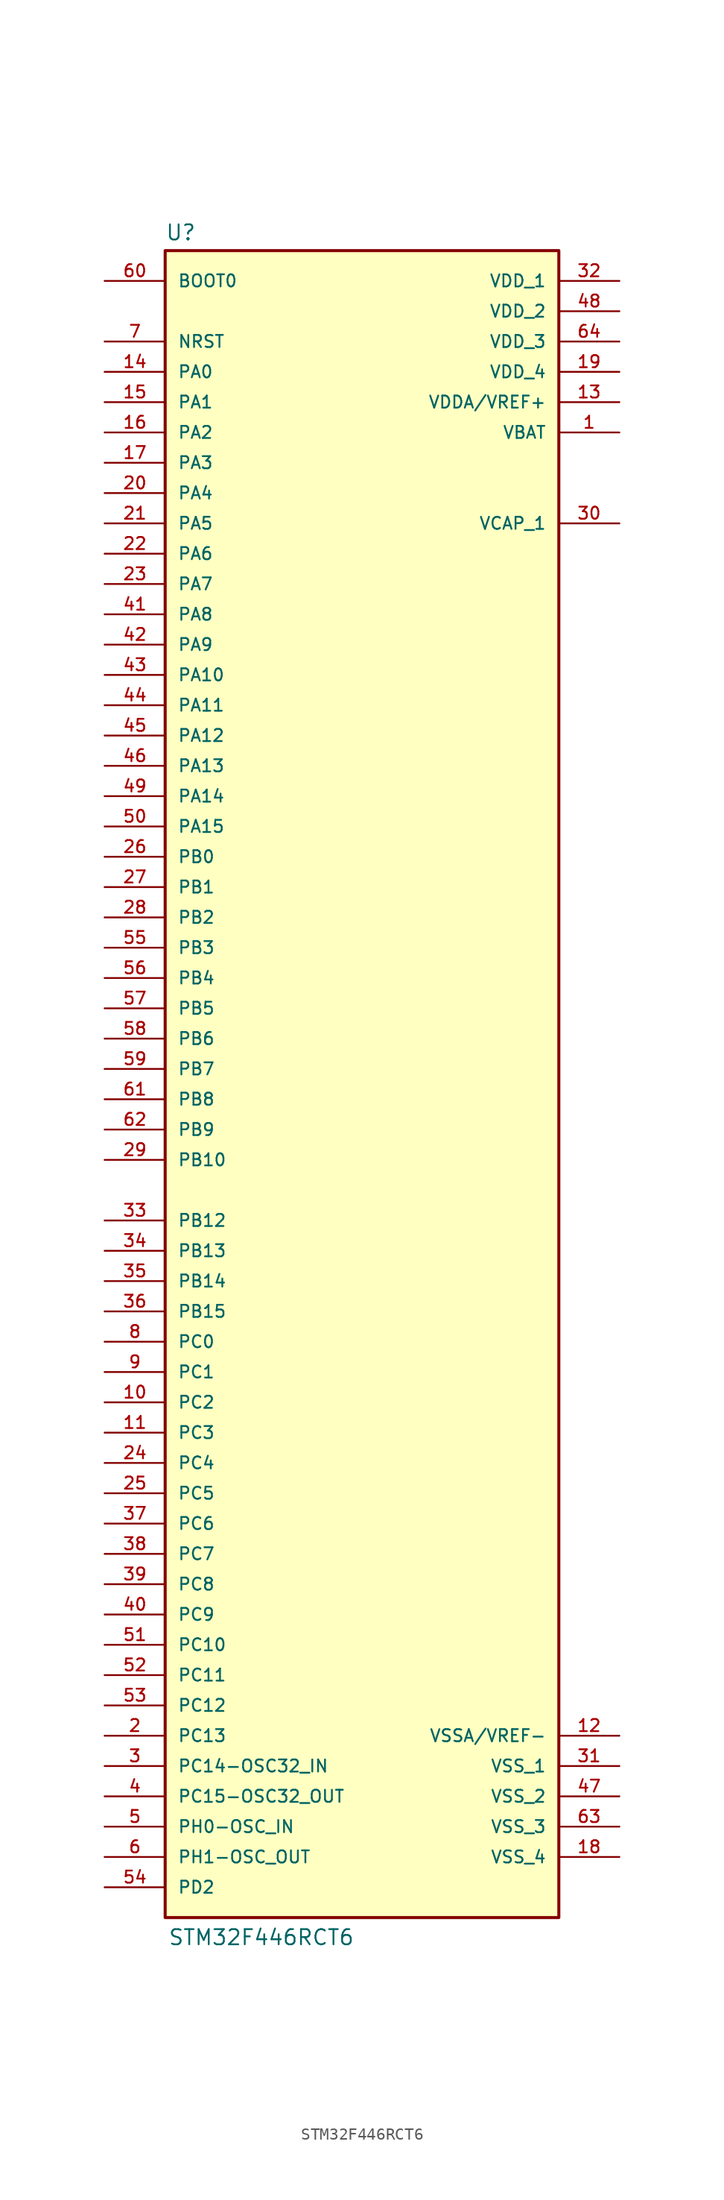
<source format=kicad_sym>
(kicad_symbol_lib
  (version 20211014)
  (generator kicad_symbol_editor)
  (symbol "STM32F446RCT6"
    (pin_names
      (offset 1.016))
    (property "Reference" "U"
      (at -17.782 66.809 0)
      (effects (font (size 1.27 1.27)) (justify bottom left)))
    (property "Value" "STM32F446RCT6"
      (at -17.553 -76.062 0)
      (effects (font (size 1.27 1.27)) (justify bottom left)))
    (symbol "STM32F446RCT6_0_0"
      (rectangle (start -17.78 -73.66) (end 15.24 66.04) (stroke (width 0.254)) (fill (type background)))
      (pin bidirectional line (at -22.86 55.88 0) (length 5.08) (name "PA0" (effects (font (size 1.016 1.016)))) (number "14" (effects (font (size 1.016 1.016)))))
      (pin bidirectional line (at -22.86 53.34 0) (length 5.08) (name "PA1" (effects (font (size 1.016 1.016)))) (number "15" (effects (font (size 1.016 1.016)))))
      (pin bidirectional line (at -22.86 50.8 0) (length 5.08) (name "PA2" (effects (font (size 1.016 1.016)))) (number "16" (effects (font (size 1.016 1.016)))))
      (pin bidirectional line (at -22.86 48.26 0) (length 5.08) (name "PA3" (effects (font (size 1.016 1.016)))) (number "17" (effects (font (size 1.016 1.016)))))
      (pin bidirectional line (at -22.86 45.72 0) (length 5.08) (name "PA4" (effects (font (size 1.016 1.016)))) (number "20" (effects (font (size 1.016 1.016)))))
      (pin bidirectional line (at -22.86 43.18 0) (length 5.08) (name "PA5" (effects (font (size 1.016 1.016)))) (number "21" (effects (font (size 1.016 1.016)))))
      (pin bidirectional line (at -22.86 40.64 0) (length 5.08) (name "PA6" (effects (font (size 1.016 1.016)))) (number "22" (effects (font (size 1.016 1.016)))))
      (pin bidirectional line (at -22.86 38.1 0) (length 5.08) (name "PA7" (effects (font (size 1.016 1.016)))) (number "23" (effects (font (size 1.016 1.016)))))
      (pin bidirectional line (at -22.86 35.56 0) (length 5.08) (name "PA8" (effects (font (size 1.016 1.016)))) (number "41" (effects (font (size 1.016 1.016)))))
      (pin bidirectional line (at -22.86 33.02 0) (length 5.08) (name "PA9" (effects (font (size 1.016 1.016)))) (number "42" (effects (font (size 1.016 1.016)))))
      (pin bidirectional line (at -22.86 30.48 0) (length 5.08) (name "PA10" (effects (font (size 1.016 1.016)))) (number "43" (effects (font (size 1.016 1.016)))))
      (pin bidirectional line (at -22.86 27.94 0) (length 5.08) (name "PA11" (effects (font (size 1.016 1.016)))) (number "44" (effects (font (size 1.016 1.016)))))
      (pin bidirectional line (at -22.86 25.4 0) (length 5.08) (name "PA12" (effects (font (size 1.016 1.016)))) (number "45" (effects (font (size 1.016 1.016)))))
      (pin bidirectional line (at -22.86 22.86 0) (length 5.08) (name "PA13" (effects (font (size 1.016 1.016)))) (number "46" (effects (font (size 1.016 1.016)))))
      (pin bidirectional line (at -22.86 20.32 0) (length 5.08) (name "PA14" (effects (font (size 1.016 1.016)))) (number "49" (effects (font (size 1.016 1.016)))))
      (pin bidirectional line (at -22.86 17.78 0) (length 5.08) (name "PA15" (effects (font (size 1.016 1.016)))) (number "50" (effects (font (size 1.016 1.016)))))
      (pin bidirectional line (at -22.86 15.24 0) (length 5.08) (name "PB0" (effects (font (size 1.016 1.016)))) (number "26" (effects (font (size 1.016 1.016)))))
      (pin bidirectional line (at -22.86 12.7 0) (length 5.08) (name "PB1" (effects (font (size 1.016 1.016)))) (number "27" (effects (font (size 1.016 1.016)))))
      (pin bidirectional line (at -22.86 10.16 0) (length 5.08) (name "PB2" (effects (font (size 1.016 1.016)))) (number "28" (effects (font (size 1.016 1.016)))))
      (pin bidirectional line (at -22.86 7.62 0) (length 5.08) (name "PB3" (effects (font (size 1.016 1.016)))) (number "55" (effects (font (size 1.016 1.016)))))
      (pin bidirectional line (at -22.86 5.08 0) (length 5.08) (name "PB4" (effects (font (size 1.016 1.016)))) (number "56" (effects (font (size 1.016 1.016)))))
      (pin bidirectional line (at -22.86 2.54 0) (length 5.08) (name "PB5" (effects (font (size 1.016 1.016)))) (number "57" (effects (font (size 1.016 1.016)))))
      (pin bidirectional line (at -22.86 0.0 0) (length 5.08) (name "PB6" (effects (font (size 1.016 1.016)))) (number "58" (effects (font (size 1.016 1.016)))))
      (pin bidirectional line (at -22.86 -2.54 0) (length 5.08) (name "PB7" (effects (font (size 1.016 1.016)))) (number "59" (effects (font (size 1.016 1.016)))))
      (pin bidirectional line (at -22.86 -5.08 0) (length 5.08) (name "PB8" (effects (font (size 1.016 1.016)))) (number "61" (effects (font (size 1.016 1.016)))))
      (pin bidirectional line (at -22.86 -7.62 0) (length 5.08) (name "PB9" (effects (font (size 1.016 1.016)))) (number "62" (effects (font (size 1.016 1.016)))))
      (pin bidirectional line (at -22.86 -10.16 0) (length 5.08) (name "PB10" (effects (font (size 1.016 1.016)))) (number "29" (effects (font (size 1.016 1.016)))))
      (pin power_in line (at 20.32 43.18 180.0) (length 5.08) (name "VCAP_1" (effects (font (size 1.016 1.016)))) (number "30" (effects (font (size 1.016 1.016)))))
      (pin bidirectional line (at -22.86 -15.24 0) (length 5.08) (name "PB12" (effects (font (size 1.016 1.016)))) (number "33" (effects (font (size 1.016 1.016)))))
      (pin bidirectional line (at -22.86 -17.78 0) (length 5.08) (name "PB13" (effects (font (size 1.016 1.016)))) (number "34" (effects (font (size 1.016 1.016)))))
      (pin bidirectional line (at -22.86 -20.32 0) (length 5.08) (name "PB14" (effects (font (size 1.016 1.016)))) (number "35" (effects (font (size 1.016 1.016)))))
      (pin bidirectional line (at -22.86 -22.86 0) (length 5.08) (name "PB15" (effects (font (size 1.016 1.016)))) (number "36" (effects (font (size 1.016 1.016)))))
      (pin bidirectional line (at -22.86 -25.4 0) (length 5.08) (name "PC0" (effects (font (size 1.016 1.016)))) (number "8" (effects (font (size 1.016 1.016)))))
      (pin bidirectional line (at -22.86 -27.94 0) (length 5.08) (name "PC1" (effects (font (size 1.016 1.016)))) (number "9" (effects (font (size 1.016 1.016)))))
      (pin bidirectional line (at -22.86 -30.48 0) (length 5.08) (name "PC2" (effects (font (size 1.016 1.016)))) (number "10" (effects (font (size 1.016 1.016)))))
      (pin bidirectional line (at -22.86 -33.02 0) (length 5.08) (name "PC3" (effects (font (size 1.016 1.016)))) (number "11" (effects (font (size 1.016 1.016)))))
      (pin bidirectional line (at -22.86 -35.56 0) (length 5.08) (name "PC4" (effects (font (size 1.016 1.016)))) (number "24" (effects (font (size 1.016 1.016)))))
      (pin bidirectional line (at -22.86 -38.1 0) (length 5.08) (name "PC5" (effects (font (size 1.016 1.016)))) (number "25" (effects (font (size 1.016 1.016)))))
      (pin bidirectional line (at -22.86 -40.64 0) (length 5.08) (name "PC6" (effects (font (size 1.016 1.016)))) (number "37" (effects (font (size 1.016 1.016)))))
      (pin bidirectional line (at -22.86 -43.18 0) (length 5.08) (name "PC7" (effects (font (size 1.016 1.016)))) (number "38" (effects (font (size 1.016 1.016)))))
      (pin bidirectional line (at -22.86 -45.72 0) (length 5.08) (name "PC8" (effects (font (size 1.016 1.016)))) (number "39" (effects (font (size 1.016 1.016)))))
      (pin bidirectional line (at -22.86 -48.26 0) (length 5.08) (name "PC9" (effects (font (size 1.016 1.016)))) (number "40" (effects (font (size 1.016 1.016)))))
      (pin bidirectional line (at -22.86 -50.8 0) (length 5.08) (name "PC10" (effects (font (size 1.016 1.016)))) (number "51" (effects (font (size 1.016 1.016)))))
      (pin bidirectional line (at -22.86 -53.34 0) (length 5.08) (name "PC11" (effects (font (size 1.016 1.016)))) (number "52" (effects (font (size 1.016 1.016)))))
      (pin bidirectional line (at -22.86 -55.88 0) (length 5.08) (name "PC12" (effects (font (size 1.016 1.016)))) (number "53" (effects (font (size 1.016 1.016)))))
      (pin bidirectional line (at -22.86 -58.42 0) (length 5.08) (name "PC13" (effects (font (size 1.016 1.016)))) (number "2" (effects (font (size 1.016 1.016)))))
      (pin bidirectional line (at -22.86 -60.96 0) (length 5.08) (name "PC14-OSC32_IN" (effects (font (size 1.016 1.016)))) (number "3" (effects (font (size 1.016 1.016)))))
      (pin bidirectional line (at -22.86 -63.5 0) (length 5.08) (name "PC15-OSC32_OUT" (effects (font (size 1.016 1.016)))) (number "4" (effects (font (size 1.016 1.016)))))
      (pin bidirectional line (at -22.86 -66.04 0) (length 5.08) (name "PH0-OSC_IN" (effects (font (size 1.016 1.016)))) (number "5" (effects (font (size 1.016 1.016)))))
      (pin bidirectional line (at -22.86 -68.58 0) (length 5.08) (name "PH1-OSC_OUT" (effects (font (size 1.016 1.016)))) (number "6" (effects (font (size 1.016 1.016)))))
      (pin power_in line (at 20.32 50.8 180.0) (length 5.08) (name "VBAT" (effects (font (size 1.016 1.016)))) (number "1" (effects (font (size 1.016 1.016)))))
      (pin bidirectional line (at -22.86 58.42 0) (length 5.08) (name "NRST" (effects (font (size 1.016 1.016)))) (number "7" (effects (font (size 1.016 1.016)))))
      (pin power_in line (at 20.32 -58.42 180.0) (length 5.08) (name "VSSA/VREF-" (effects (font (size 1.016 1.016)))) (number "12" (effects (font (size 1.016 1.016)))))
      (pin power_in line (at 20.32 53.34 180.0) (length 5.08) (name "VDDA/VREF+" (effects (font (size 1.016 1.016)))) (number "13" (effects (font (size 1.016 1.016)))))
      (pin input line (at -22.86 63.5 0) (length 5.08) (name "BOOT0" (effects (font (size 1.016 1.016)))) (number "60" (effects (font (size 1.016 1.016)))))
      (pin power_in line (at 20.32 63.5 180.0) (length 5.08) (name "VDD_1" (effects (font (size 1.016 1.016)))) (number "32" (effects (font (size 1.016 1.016)))))
      (pin power_in line (at 20.32 60.96 180.0) (length 5.08) (name "VDD_2" (effects (font (size 1.016 1.016)))) (number "48" (effects (font (size 1.016 1.016)))))
      (pin power_in line (at 20.32 58.42 180.0) (length 5.08) (name "VDD_3" (effects (font (size 1.016 1.016)))) (number "64" (effects (font (size 1.016 1.016)))))
      (pin power_in line (at 20.32 55.88 180.0) (length 5.08) (name "VDD_4" (effects (font (size 1.016 1.016)))) (number "19" (effects (font (size 1.016 1.016)))))
      (pin power_in line (at 20.32 -60.96 180.0) (length 5.08) (name "VSS_1" (effects (font (size 1.016 1.016)))) (number "31" (effects (font (size 1.016 1.016)))))
      (pin power_in line (at 20.32 -63.5 180.0) (length 5.08) (name "VSS_2" (effects (font (size 1.016 1.016)))) (number "47" (effects (font (size 1.016 1.016)))))
      (pin power_in line (at 20.32 -66.04 180.0) (length 5.08) (name "VSS_3" (effects (font (size 1.016 1.016)))) (number "63" (effects (font (size 1.016 1.016)))))
      (pin power_in line (at 20.32 -68.58 180.0) (length 5.08) (name "VSS_4" (effects (font (size 1.016 1.016)))) (number "18" (effects (font (size 1.016 1.016)))))
      (pin bidirectional line (at -22.86 -71.12 0) (length 5.08) (name "PD2" (effects (font (size 1.016 1.016)))) (number "54" (effects (font (size 1.016 1.016))))))))
</source>
